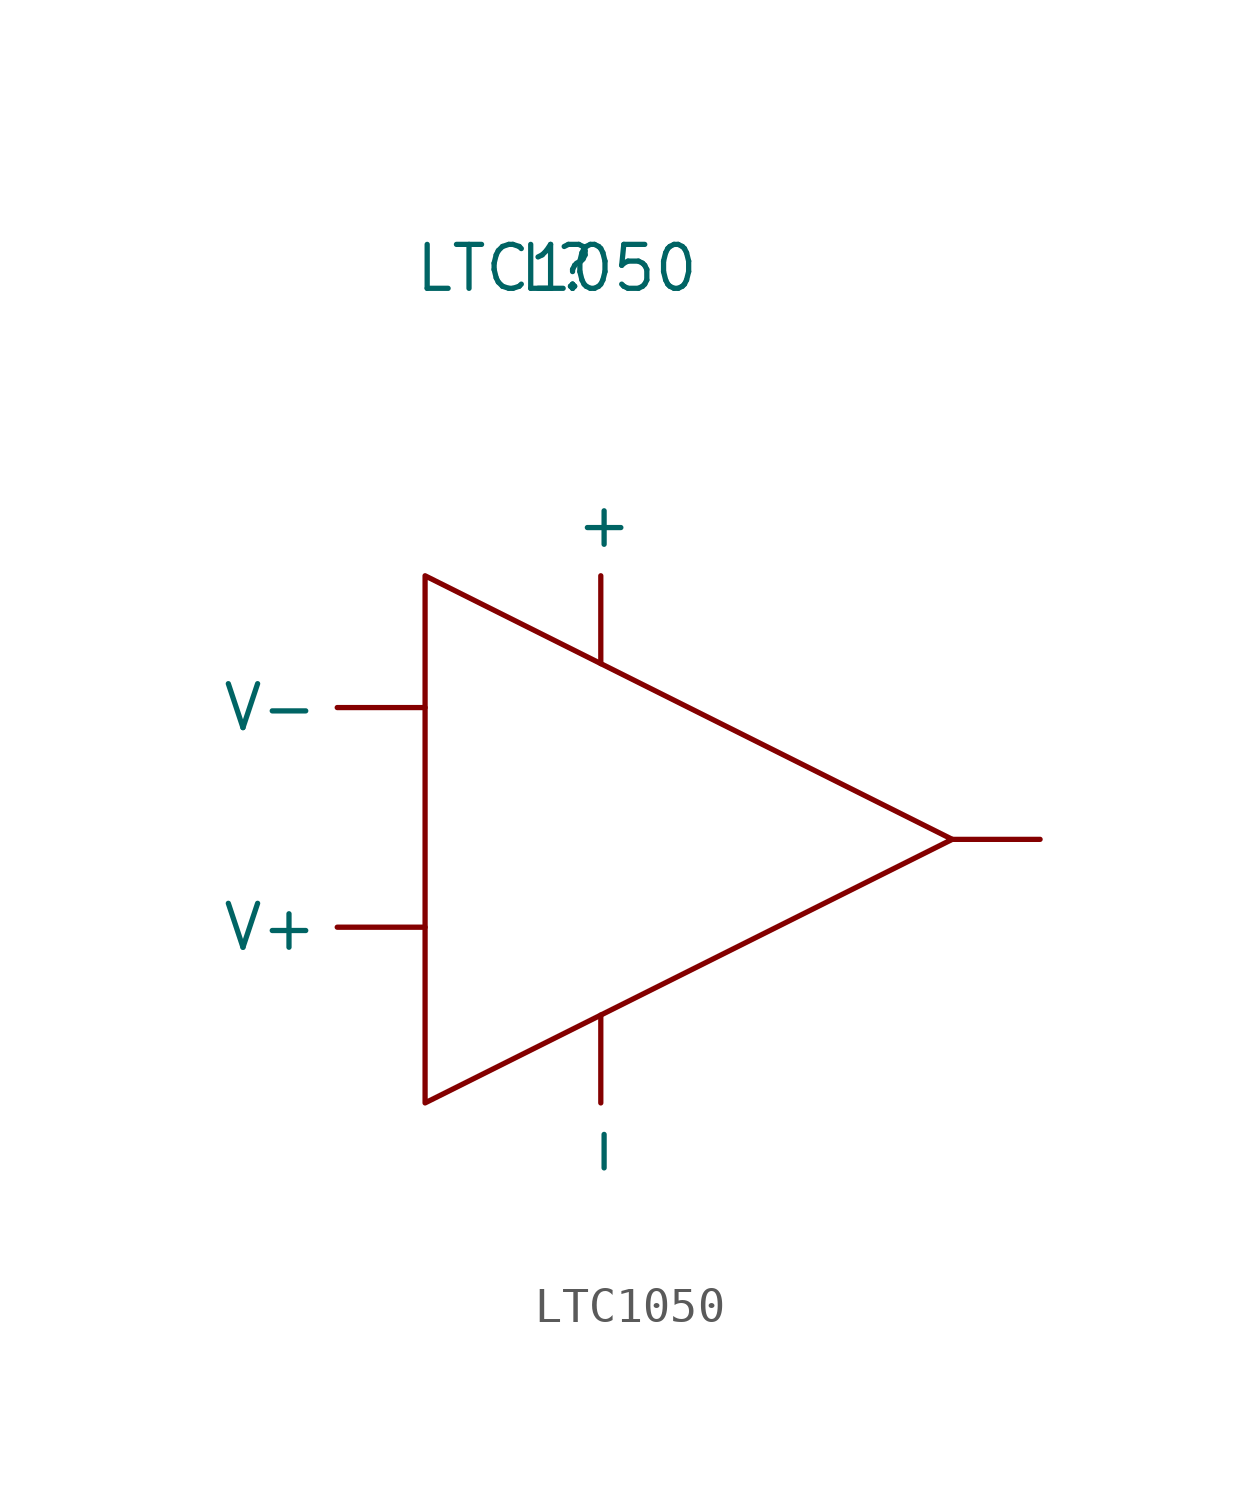
<source format=kicad_sym>
(kicad_symbol_lib
  (version 20211014)
  (generator kicad_symbol_editor)
  (symbol "LTC1050"
    (property "Reference" "L"
      (at 0 0 0)
      (effects (font (size 1.27 1.27))))
    (property "Value" "LTC1050"
      (at 0 0 0)
      (effects (font (size 1.27 1.27))))
    (symbol "LTC1050_0_1"
      (polyline (pts (xy -3.81 -8.89) (xy -3.81 -24.13) (xy 11.43 -16.51) (xy -3.81 -8.89)) (stroke (width 0) (type default) (color 0 0 0 0)) (fill (type none))))
    (symbol "LTC1050_1_1"
      (pin bidirectional line (at 11.43 -16.51 0) (length 2.54) (name "" (effects (font (size 1.27 1.27)))) (number "" (effects (font (size 1.27 1.27)))))
      (pin bidirectional line (at 1.27 -11.43 90) (length 2.54) (name "+" (effects (font (size 1.27 1.27)))) (number "" (effects (font (size 1.27 1.27)))))
      (pin bidirectional line (at 1.27 -21.59 270) (length 2.54) (name "-" (effects (font (size 1.27 1.27)))) (number "" (effects (font (size 1.27 1.27)))))
      (pin bidirectional line (at -3.81 -19.05 180) (length 2.54) (name "V+" (effects (font (size 1.27 1.27)))) (number "" (effects (font (size 1.27 1.27)))))
      (pin bidirectional line (at -3.81 -12.7 180) (length 2.54) (name "V-" (effects (font (size 1.27 1.27)))) (number "" (effects (font (size 1.27 1.27))))))))
</source>
